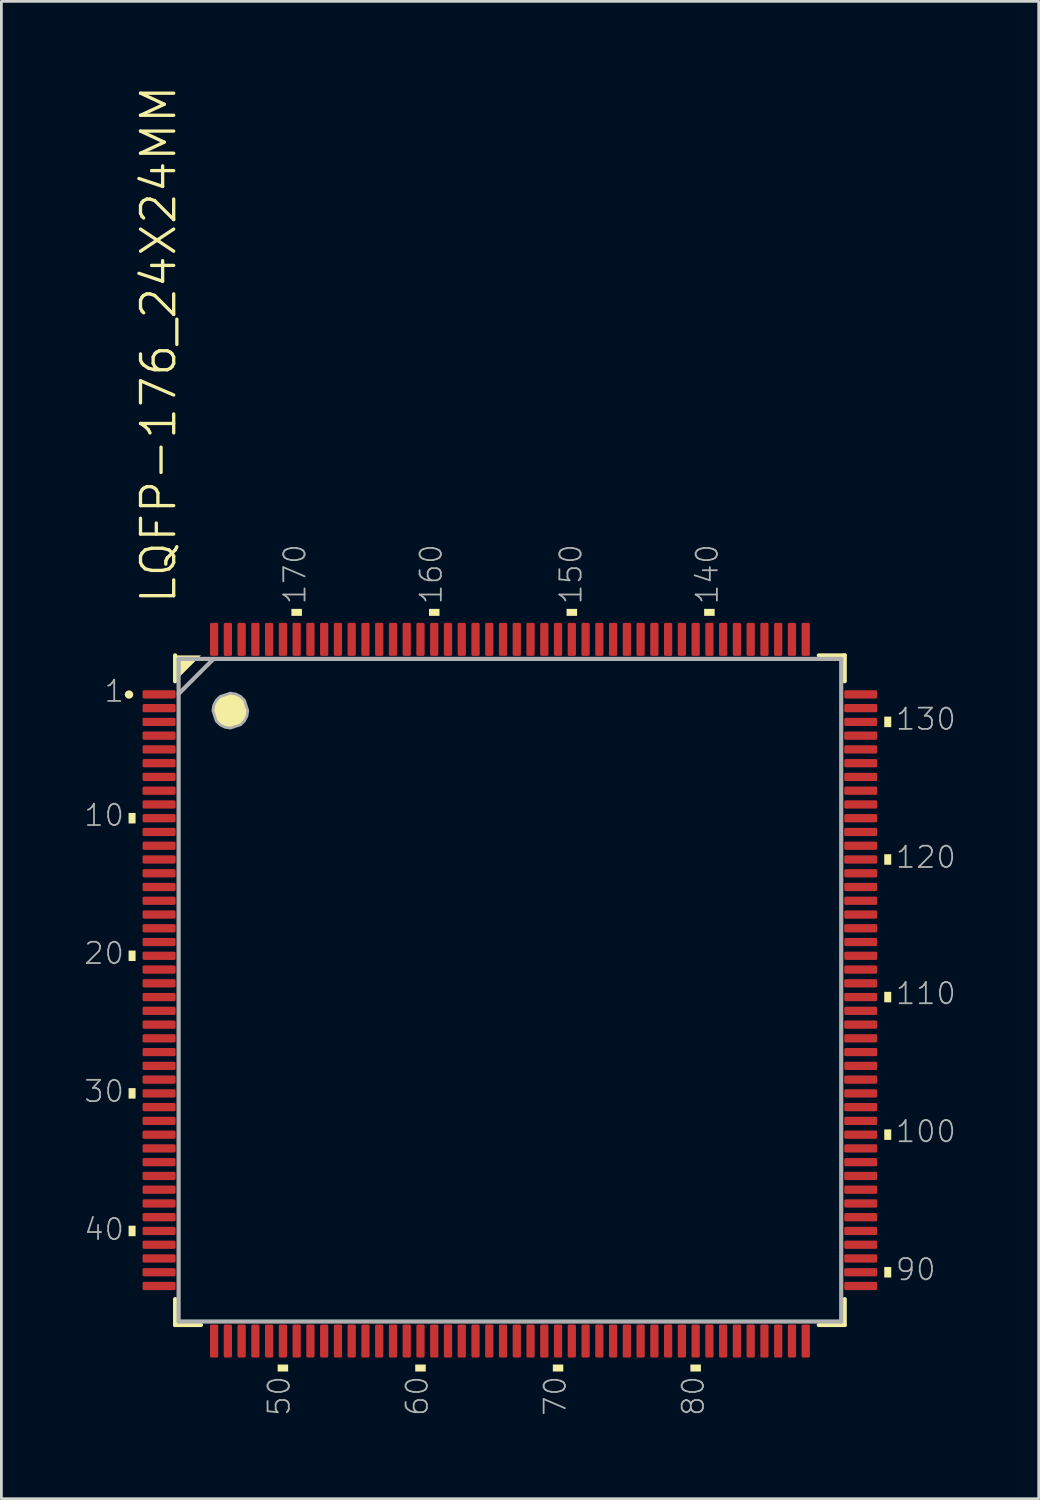
<source format=kicad_pcb>
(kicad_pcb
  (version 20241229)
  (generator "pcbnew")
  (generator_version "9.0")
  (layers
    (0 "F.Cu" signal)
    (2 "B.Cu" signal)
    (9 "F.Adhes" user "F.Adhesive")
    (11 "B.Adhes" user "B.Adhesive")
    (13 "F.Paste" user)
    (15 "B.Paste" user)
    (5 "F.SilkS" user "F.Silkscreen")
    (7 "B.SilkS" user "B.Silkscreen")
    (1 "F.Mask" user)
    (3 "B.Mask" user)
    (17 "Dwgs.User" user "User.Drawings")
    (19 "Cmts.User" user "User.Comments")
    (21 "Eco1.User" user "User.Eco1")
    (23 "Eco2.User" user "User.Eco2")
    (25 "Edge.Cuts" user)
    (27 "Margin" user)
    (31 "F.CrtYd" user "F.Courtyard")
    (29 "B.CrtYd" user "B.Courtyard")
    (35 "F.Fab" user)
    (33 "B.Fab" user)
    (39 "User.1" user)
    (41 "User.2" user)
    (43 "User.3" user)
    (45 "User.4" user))
  (footprint "LQFP-176_24X24MM"
    (layer "F.Cu")
    (at 15.481 32.935)
    (property "Reference" "LQFP-176_24X24MM" (at -12.065 -13.97 90) (layer "F.SilkS") (effects (font (size 1.206 1.206) (thickness 0.121)) (justify left bottom)))
    (attr through_hole)
    (fp_line (start -12.167 -12.167) (end -12.167 -11.227) (stroke (width 0.152) (type solid)) (layer "F.SilkS"))
    (fp_line (start -12.167 11.227) (end -12.167 12.167) (stroke (width 0.152) (type solid)) (layer "F.SilkS"))
    (fp_line (start -12.167 12.167) (end -11.227 12.167) (stroke (width 0.152) (type solid)) (layer "F.SilkS"))
    (fp_line (start 11.227 12.167) (end 12.167 12.167) (stroke (width 0.152) (type solid)) (layer "F.SilkS"))
    (fp_line (start 12.167 -12.167) (end 11.227 -12.167) (stroke (width 0.152) (type solid)) (layer "F.SilkS"))
    (fp_line (start 12.167 -11.227) (end 12.167 -12.167) (stroke (width 0.152) (type solid)) (layer "F.SilkS"))
    (fp_line (start 12.167 12.167) (end 12.167 11.227) (stroke (width 0.152) (type solid)) (layer "F.SilkS"))
    (fp_arc (start -13.9192 -10.7442) (mid -13.843 -10.8204) (end -13.7668 -10.7442) (stroke (width 0.1524) (type solid)) (layer "F.SilkS"))
    (fp_arc (start -13.7668 -10.7442) (mid -13.843 -10.668) (end -13.9192 -10.7442) (stroke (width 0.1524) (type solid)) (layer "F.SilkS"))
    (fp_poly (pts (xy -12.167 -12.167) (xy -11.227 -12.167) (xy -12.167 -11.227)) (stroke (width 0) (type solid)) (fill yes) (layer "F.SilkS"))
    (fp_poly (pts (xy -13.858 -6.441) (xy -13.858 -6.059) (xy -13.604 -6.059) (xy -13.604 -6.441)) (stroke (width 0) (type solid)) (fill yes) (layer "F.SilkS"))
    (fp_poly (pts (xy -13.858 -1.44) (xy -13.858 -1.06) (xy -13.604 -1.06) (xy -13.604 -1.44)) (stroke (width 0) (type solid)) (fill yes) (layer "F.SilkS"))
    (fp_poly (pts (xy -13.858 3.559) (xy -13.858 3.941) (xy -13.604 3.941) (xy -13.604 3.559)) (stroke (width 0) (type solid)) (fill yes) (layer "F.SilkS"))
    (fp_poly (pts (xy -13.858 8.559) (xy -13.858 8.941) (xy -13.604 8.941) (xy -13.604 8.559)) (stroke (width 0) (type solid)) (fill yes) (layer "F.SilkS"))
    (fp_poly (pts (xy -8.441 13.604) (xy -8.441 13.858) (xy -8.059 13.858) (xy -8.059 13.604)) (stroke (width 0) (type solid)) (fill yes) (layer "F.SilkS"))
    (fp_poly (pts (xy -7.941 -13.604) (xy -7.941 -13.858) (xy -7.559 -13.858) (xy -7.559 -13.604)) (stroke (width 0) (type solid)) (fill yes) (layer "F.SilkS"))
    (fp_poly (pts (xy -3.441 13.604) (xy -3.441 13.858) (xy -3.059 13.858) (xy -3.059 13.604)) (stroke (width 0) (type solid)) (fill yes) (layer "F.SilkS"))
    (fp_poly (pts (xy -2.941 -13.604) (xy -2.941 -13.858) (xy -2.559 -13.858) (xy -2.559 -13.604)) (stroke (width 0) (type solid)) (fill yes) (layer "F.SilkS"))
    (fp_poly (pts (xy 1.56 13.604) (xy 1.56 13.858) (xy 1.94 13.858) (xy 1.94 13.604)) (stroke (width 0) (type solid)) (fill yes) (layer "F.SilkS"))
    (fp_poly (pts (xy 2.059 -13.604) (xy 2.059 -13.858) (xy 2.441 -13.858) (xy 2.441 -13.604)) (stroke (width 0) (type solid)) (fill yes) (layer "F.SilkS"))
    (fp_poly (pts (xy 6.559 13.604) (xy 6.559 13.858) (xy 6.941 13.858) (xy 6.941 13.604)) (stroke (width 0) (type solid)) (fill yes) (layer "F.SilkS"))
    (fp_poly (pts (xy 7.059 -13.604) (xy 7.059 -13.858) (xy 7.441 -13.858) (xy 7.441 -13.604)) (stroke (width 0) (type solid)) (fill yes) (layer "F.SilkS"))
    (fp_poly (pts (xy 13.858 -9.941) (xy 13.858 -9.559) (xy 13.604 -9.559) (xy 13.604 -9.941)) (stroke (width 0) (type solid)) (fill yes) (layer "F.SilkS"))
    (fp_poly (pts (xy 13.858 -4.941) (xy 13.858 -4.559) (xy 13.604 -4.559) (xy 13.604 -4.941)) (stroke (width 0) (type solid)) (fill yes) (layer "F.SilkS"))
    (fp_poly (pts (xy 13.858 0.059) (xy 13.858 0.441) (xy 13.604 0.441) (xy 13.604 0.059)) (stroke (width 0) (type solid)) (fill yes) (layer "F.SilkS"))
    (fp_poly (pts (xy 13.858 5.059) (xy 13.858 5.441) (xy 13.604 5.441) (xy 13.604 5.059)) (stroke (width 0) (type solid)) (fill yes) (layer "F.SilkS"))
    (fp_poly (pts (xy 13.858 10.059) (xy 13.858 10.441) (xy 13.604 10.441) (xy 13.604 10.059)) (stroke (width 0) (type solid)) (fill yes) (layer "F.SilkS"))
    (fp_poly (pts (xy -10.16 -10.795) (xy -9.964 -10.764) (xy -9.787 -10.674) (xy -9.646 -10.533) (xy -9.525 -10.16) (xy -9.556 -9.964) (xy -9.646 -9.787) (xy -9.787 -9.646) (xy -10.16 -9.525) (xy -10.356 -9.556) (xy -10.533 -9.646) (xy -10.674 -9.787) (xy -10.795 -10.16) (xy -10.764 -10.356) (xy -10.674 -10.533) (xy -10.533 -10.674)) (stroke (width 0) (type solid)) (fill yes) (layer "F.SilkS"))
    (fp_line (start -12.04 -12.04) (end -12.04 12.04) (stroke (width 0.152) (type solid)) (layer "F.Fab"))
    (fp_line (start -12.04 -10.77) (end -10.77 -12.04) (stroke (width 0.152) (type solid)) (layer "F.Fab"))
    (fp_line (start -12.04 12.04) (end 12.04 12.04) (stroke (width 0.152) (type solid)) (layer "F.Fab"))
    (fp_line (start 12.04 -12.04) (end -12.04 -12.04) (stroke (width 0.152) (type solid)) (layer "F.Fab"))
    (fp_line (start 12.04 12.04) (end 12.04 -12.04) (stroke (width 0.152) (type solid)) (layer "F.Fab"))
    (fp_poly (pts (xy -10.16 -10.795) (xy -9.964 -10.764) (xy -9.787 -10.674) (xy -9.646 -10.533) (xy -9.525 -10.16) (xy -9.556 -9.964) (xy -9.646 -9.787) (xy -9.787 -9.646) (xy -10.16 -9.525) (xy -10.356 -9.556) (xy -10.533 -9.646) (xy -10.674 -9.787) (xy -10.795 -10.16) (xy -10.764 -10.356) (xy -10.674 -10.533) (xy -10.533 -10.674)) (stroke (width 0.1) (type solid)) (fill no) (layer "F.Fab"))
    (fp_text user "70" (at 2.095 13.97 90) (layer "F.Fab") (effects (font (size 0.772 0.772) (thickness 0.065)) (justify right bottom)))
    (fp_text user "1" (at -13.97 -10.414 0) (layer "F.Fab") (effects (font (size 0.772 0.772) (thickness 0.065)) (justify right bottom)))
    (fp_text user "10" (at -13.97 -5.905 0) (layer "F.Fab") (effects (font (size 0.772 0.772) (thickness 0.065)) (justify right bottom)))
    (fp_text user "130" (at 13.97 -9.398 0) (layer "F.Fab") (effects (font (size 0.772 0.772) (thickness 0.065)) (justify left bottom)))
    (fp_text user "170" (at -7.366 -13.97 90) (layer "F.Fab") (effects (font (size 0.772 0.772) (thickness 0.065)) (justify left bottom)))
    (fp_text user "40" (at -13.97 9.144 0) (layer "F.Fab") (effects (font (size 0.772 0.772) (thickness 0.065)) (justify right bottom)))
    (fp_text user "150" (at 2.667 -13.97 90) (layer "F.Fab") (effects (font (size 0.772 0.772) (thickness 0.065)) (justify left bottom)))
    (fp_text user "60" (at -2.921 13.97 90) (layer "F.Fab") (effects (font (size 0.772 0.772) (thickness 0.065)) (justify right bottom)))
    (fp_text user "20" (at -13.97 -0.889 0) (layer "F.Fab") (effects (font (size 0.772 0.772) (thickness 0.065)) (justify right bottom)))
    (fp_text user "140" (at 7.62 -13.97 90) (layer "F.Fab") (effects (font (size 0.772 0.772) (thickness 0.065)) (justify left bottom)))
    (fp_text user "160" (at -2.413 -13.97 90) (layer "F.Fab") (effects (font (size 0.772 0.772) (thickness 0.065)) (justify left bottom)))
    (fp_text user "100" (at 13.97 5.588 0) (layer "F.Fab") (effects (font (size 0.772 0.772) (thickness 0.065)) (justify left bottom)))
    (fp_text user "110" (at 13.97 0.572 0) (layer "F.Fab") (effects (font (size 0.772 0.772) (thickness 0.065)) (justify left bottom)))
    (fp_text user "80" (at 7.112 13.97 90) (layer "F.Fab") (effects (font (size 0.772 0.772) (thickness 0.065)) (justify right bottom)))
    (fp_text user "30" (at -13.97 4.128 0) (layer "F.Fab") (effects (font (size 0.772 0.772) (thickness 0.065)) (justify right bottom)))
    (fp_text user "50" (at -7.938 13.97 90) (layer "F.Fab") (effects (font (size 0.772 0.772) (thickness 0.065)) (justify right bottom)))
    (fp_text user "90" (at 13.97 10.604 0) (layer "F.Fab") (effects (font (size 0.772 0.772) (thickness 0.065)) (justify left bottom)))
    (fp_text user "120" (at 13.97 -4.381 0) (layer "F.Fab") (effects (font (size 0.772 0.772) (thickness 0.065)) (justify left bottom)))
    (pad "1" smd roundrect (at -12.75 -10.75) (size 1.2 0.3) (layers "F.Cu" "F.Mask" "F.Paste") (roundrect_rratio 0.169))
    (pad "2" smd roundrect (at -12.75 -10.25) (size 1.2 0.3) (layers "F.Cu" "F.Mask" "F.Paste") (roundrect_rratio 0.169))
    (pad "3" smd roundrect (at -12.75 -9.75) (size 1.2 0.3) (layers "F.Cu" "F.Mask" "F.Paste") (roundrect_rratio 0.169))
    (pad "4" smd roundrect (at -12.75 -9.25) (size 1.2 0.3) (layers "F.Cu" "F.Mask" "F.Paste") (roundrect_rratio 0.169))
    (pad "5" smd roundrect (at -12.75 -8.75) (size 1.2 0.3) (layers "F.Cu" "F.Mask" "F.Paste") (roundrect_rratio 0.169))
    (pad "6" smd roundrect (at -12.75 -8.25) (size 1.2 0.3) (layers "F.Cu" "F.Mask" "F.Paste") (roundrect_rratio 0.169))
    (pad "7" smd roundrect (at -12.75 -7.75) (size 1.2 0.3) (layers "F.Cu" "F.Mask" "F.Paste") (roundrect_rratio 0.169))
    (pad "8" smd roundrect (at -12.75 -7.25) (size 1.2 0.3) (layers "F.Cu" "F.Mask" "F.Paste") (roundrect_rratio 0.169))
    (pad "9" smd roundrect (at -12.75 -6.75) (size 1.2 0.3) (layers "F.Cu" "F.Mask" "F.Paste") (roundrect_rratio 0.169))
    (pad "10" smd roundrect (at -12.75 -6.25) (size 1.2 0.3) (layers "F.Cu" "F.Mask" "F.Paste") (roundrect_rratio 0.169))
    (pad "11" smd roundrect (at -12.75 -5.75) (size 1.2 0.3) (layers "F.Cu" "F.Mask" "F.Paste") (roundrect_rratio 0.169))
    (pad "12" smd roundrect (at -12.75 -5.25) (size 1.2 0.3) (layers "F.Cu" "F.Mask" "F.Paste") (roundrect_rratio 0.169))
    (pad "13" smd roundrect (at -12.75 -4.75) (size 1.2 0.3) (layers "F.Cu" "F.Mask" "F.Paste") (roundrect_rratio 0.169))
    (pad "14" smd roundrect (at -12.75 -4.25) (size 1.2 0.3) (layers "F.Cu" "F.Mask" "F.Paste") (roundrect_rratio 0.169))
    (pad "15" smd roundrect (at -12.75 -3.75) (size 1.2 0.3) (layers "F.Cu" "F.Mask" "F.Paste") (roundrect_rratio 0.169))
    (pad "16" smd roundrect (at -12.75 -3.25) (size 1.2 0.3) (layers "F.Cu" "F.Mask" "F.Paste") (roundrect_rratio 0.169))
    (pad "17" smd roundrect (at -12.75 -2.75) (size 1.2 0.3) (layers "F.Cu" "F.Mask" "F.Paste") (roundrect_rratio 0.169))
    (pad "18" smd roundrect (at -12.75 -2.25) (size 1.2 0.3) (layers "F.Cu" "F.Mask" "F.Paste") (roundrect_rratio 0.169))
    (pad "19" smd roundrect (at -12.75 -1.75) (size 1.2 0.3) (layers "F.Cu" "F.Mask" "F.Paste") (roundrect_rratio 0.169))
    (pad "20" smd roundrect (at -12.75 -1.25) (size 1.2 0.3) (layers "F.Cu" "F.Mask" "F.Paste") (roundrect_rratio 0.169))
    (pad "21" smd roundrect (at -12.75 -0.75) (size 1.2 0.3) (layers "F.Cu" "F.Mask" "F.Paste") (roundrect_rratio 0.169))
    (pad "22" smd roundrect (at -12.75 -0.25) (size 1.2 0.3) (layers "F.Cu" "F.Mask" "F.Paste") (roundrect_rratio 0.169))
    (pad "23" smd roundrect (at -12.75 0.25) (size 1.2 0.3) (layers "F.Cu" "F.Mask" "F.Paste") (roundrect_rratio 0.169))
    (pad "24" smd roundrect (at -12.75 0.75) (size 1.2 0.3) (layers "F.Cu" "F.Mask" "F.Paste") (roundrect_rratio 0.169))
    (pad "25" smd roundrect (at -12.75 1.25) (size 1.2 0.3) (layers "F.Cu" "F.Mask" "F.Paste") (roundrect_rratio 0.169))
    (pad "26" smd roundrect (at -12.75 1.75) (size 1.2 0.3) (layers "F.Cu" "F.Mask" "F.Paste") (roundrect_rratio 0.169))
    (pad "27" smd roundrect (at -12.75 2.25) (size 1.2 0.3) (layers "F.Cu" "F.Mask" "F.Paste") (roundrect_rratio 0.169))
    (pad "28" smd roundrect (at -12.75 2.75) (size 1.2 0.3) (layers "F.Cu" "F.Mask" "F.Paste") (roundrect_rratio 0.169))
    (pad "29" smd roundrect (at -12.75 3.25) (size 1.2 0.3) (layers "F.Cu" "F.Mask" "F.Paste") (roundrect_rratio 0.169))
    (pad "30" smd roundrect (at -12.75 3.75) (size 1.2 0.3) (layers "F.Cu" "F.Mask" "F.Paste") (roundrect_rratio 0.169))
    (pad "31" smd roundrect (at -12.75 4.25) (size 1.2 0.3) (layers "F.Cu" "F.Mask" "F.Paste") (roundrect_rratio 0.169))
    (pad "32" smd roundrect (at -12.75 4.75) (size 1.2 0.3) (layers "F.Cu" "F.Mask" "F.Paste") (roundrect_rratio 0.169))
    (pad "33" smd roundrect (at -12.75 5.25) (size 1.2 0.3) (layers "F.Cu" "F.Mask" "F.Paste") (roundrect_rratio 0.169))
    (pad "34" smd roundrect (at -12.75 5.75) (size 1.2 0.3) (layers "F.Cu" "F.Mask" "F.Paste") (roundrect_rratio 0.169))
    (pad "35" smd roundrect (at -12.75 6.25) (size 1.2 0.3) (layers "F.Cu" "F.Mask" "F.Paste") (roundrect_rratio 0.169))
    (pad "36" smd roundrect (at -12.75 6.75) (size 1.2 0.3) (layers "F.Cu" "F.Mask" "F.Paste") (roundrect_rratio 0.169))
    (pad "37" smd roundrect (at -12.75 7.25) (size 1.2 0.3) (layers "F.Cu" "F.Mask" "F.Paste") (roundrect_rratio 0.169))
    (pad "38" smd roundrect (at -12.75 7.75) (size 1.2 0.3) (layers "F.Cu" "F.Mask" "F.Paste") (roundrect_rratio 0.169))
    (pad "39" smd roundrect (at -12.75 8.25) (size 1.2 0.3) (layers "F.Cu" "F.Mask" "F.Paste") (roundrect_rratio 0.169))
    (pad "40" smd roundrect (at -12.75 8.75) (size 1.2 0.3) (layers "F.Cu" "F.Mask" "F.Paste") (roundrect_rratio 0.169))
    (pad "41" smd roundrect (at -12.75 9.25) (size 1.2 0.3) (layers "F.Cu" "F.Mask" "F.Paste") (roundrect_rratio 0.169))
    (pad "42" smd roundrect (at -12.75 9.75) (size 1.2 0.3) (layers "F.Cu" "F.Mask" "F.Paste") (roundrect_rratio 0.169))
    (pad "43" smd roundrect (at -12.75 10.25) (size 1.2 0.3) (layers "F.Cu" "F.Mask" "F.Paste") (roundrect_rratio 0.169))
    (pad "44" smd roundrect (at -12.75 10.75) (size 1.2 0.3) (layers "F.Cu" "F.Mask" "F.Paste") (roundrect_rratio 0.169))
    (pad "45" smd roundrect (at -10.75 12.75 90) (size 1.2 0.3) (layers "F.Cu" "F.Mask" "F.Paste") (roundrect_rratio 0.169))
    (pad "46" smd roundrect (at -10.25 12.75 90) (size 1.2 0.3) (layers "F.Cu" "F.Mask" "F.Paste") (roundrect_rratio 0.169))
    (pad "47" smd roundrect (at -9.75 12.75 90) (size 1.2 0.3) (layers "F.Cu" "F.Mask" "F.Paste") (roundrect_rratio 0.169))
    (pad "48" smd roundrect (at -9.25 12.75 90) (size 1.2 0.3) (layers "F.Cu" "F.Mask" "F.Paste") (roundrect_rratio 0.169))
    (pad "49" smd roundrect (at -8.75 12.75 90) (size 1.2 0.3) (layers "F.Cu" "F.Mask" "F.Paste") (roundrect_rratio 0.169))
    (pad "50" smd roundrect (at -8.25 12.75 90) (size 1.2 0.3) (layers "F.Cu" "F.Mask" "F.Paste") (roundrect_rratio 0.169))
    (pad "51" smd roundrect (at -7.75 12.75 90) (size 1.2 0.3) (layers "F.Cu" "F.Mask" "F.Paste") (roundrect_rratio 0.169))
    (pad "52" smd roundrect (at -7.25 12.75 90) (size 1.2 0.3) (layers "F.Cu" "F.Mask" "F.Paste") (roundrect_rratio 0.169))
    (pad "53" smd roundrect (at -6.75 12.75 90) (size 1.2 0.3) (layers "F.Cu" "F.Mask" "F.Paste") (roundrect_rratio 0.169))
    (pad "54" smd roundrect (at -6.25 12.75 90) (size 1.2 0.3) (layers "F.Cu" "F.Mask" "F.Paste") (roundrect_rratio 0.169))
    (pad "55" smd roundrect (at -5.75 12.75 90) (size 1.2 0.3) (layers "F.Cu" "F.Mask" "F.Paste") (roundrect_rratio 0.169))
    (pad "56" smd roundrect (at -5.25 12.75 90) (size 1.2 0.3) (layers "F.Cu" "F.Mask" "F.Paste") (roundrect_rratio 0.169))
    (pad "57" smd roundrect (at -4.75 12.75 90) (size 1.2 0.3) (layers "F.Cu" "F.Mask" "F.Paste") (roundrect_rratio 0.169))
    (pad "58" smd roundrect (at -4.25 12.75 90) (size 1.2 0.3) (layers "F.Cu" "F.Mask" "F.Paste") (roundrect_rratio 0.169))
    (pad "59" smd roundrect (at -3.75 12.75 90) (size 1.2 0.3) (layers "F.Cu" "F.Mask" "F.Paste") (roundrect_rratio 0.169))
    (pad "60" smd roundrect (at -3.25 12.75 90) (size 1.2 0.3) (layers "F.Cu" "F.Mask" "F.Paste") (roundrect_rratio 0.169))
    (pad "61" smd roundrect (at -2.75 12.75 90) (size 1.2 0.3) (layers "F.Cu" "F.Mask" "F.Paste") (roundrect_rratio 0.169))
    (pad "62" smd roundrect (at -2.25 12.75 90) (size 1.2 0.3) (layers "F.Cu" "F.Mask" "F.Paste") (roundrect_rratio 0.169))
    (pad "63" smd roundrect (at -1.75 12.75 90) (size 1.2 0.3) (layers "F.Cu" "F.Mask" "F.Paste") (roundrect_rratio 0.169))
    (pad "64" smd roundrect (at -1.25 12.75 90) (size 1.2 0.3) (layers "F.Cu" "F.Mask" "F.Paste") (roundrect_rratio 0.169))
    (pad "65" smd roundrect (at -0.75 12.75 90) (size 1.2 0.3) (layers "F.Cu" "F.Mask" "F.Paste") (roundrect_rratio 0.169))
    (pad "66" smd roundrect (at -0.25 12.75 90) (size 1.2 0.3) (layers "F.Cu" "F.Mask" "F.Paste") (roundrect_rratio 0.169))
    (pad "67" smd roundrect (at 0.25 12.75 90) (size 1.2 0.3) (layers "F.Cu" "F.Mask" "F.Paste") (roundrect_rratio 0.169))
    (pad "68" smd roundrect (at 0.75 12.75 90) (size 1.2 0.3) (layers "F.Cu" "F.Mask" "F.Paste") (roundrect_rratio 0.169))
    (pad "69" smd roundrect (at 1.25 12.75 90) (size 1.2 0.3) (layers "F.Cu" "F.Mask" "F.Paste") (roundrect_rratio 0.169))
    (pad "70" smd roundrect (at 1.75 12.75 90) (size 1.2 0.3) (layers "F.Cu" "F.Mask" "F.Paste") (roundrect_rratio 0.169))
    (pad "71" smd roundrect (at 2.25 12.75 90) (size 1.2 0.3) (layers "F.Cu" "F.Mask" "F.Paste") (roundrect_rratio 0.169))
    (pad "72" smd roundrect (at 2.75 12.75 90) (size 1.2 0.3) (layers "F.Cu" "F.Mask" "F.Paste") (roundrect_rratio 0.169))
    (pad "73" smd roundrect (at 3.25 12.75 90) (size 1.2 0.3) (layers "F.Cu" "F.Mask" "F.Paste") (roundrect_rratio 0.169))
    (pad "74" smd roundrect (at 3.75 12.75 90) (size 1.2 0.3) (layers "F.Cu" "F.Mask" "F.Paste") (roundrect_rratio 0.169))
    (pad "75" smd roundrect (at 4.25 12.75 90) (size 1.2 0.3) (layers "F.Cu" "F.Mask" "F.Paste") (roundrect_rratio 0.169))
    (pad "76" smd roundrect (at 4.75 12.75 90) (size 1.2 0.3) (layers "F.Cu" "F.Mask" "F.Paste") (roundrect_rratio 0.169))
    (pad "77" smd roundrect (at 5.25 12.75 90) (size 1.2 0.3) (layers "F.Cu" "F.Mask" "F.Paste") (roundrect_rratio 0.169))
    (pad "78" smd roundrect (at 5.75 12.75 90) (size 1.2 0.3) (layers "F.Cu" "F.Mask" "F.Paste") (roundrect_rratio 0.169))
    (pad "79" smd roundrect (at 6.25 12.75 90) (size 1.2 0.3) (layers "F.Cu" "F.Mask" "F.Paste") (roundrect_rratio 0.169))
    (pad "80" smd roundrect (at 6.75 12.75 90) (size 1.2 0.3) (layers "F.Cu" "F.Mask" "F.Paste") (roundrect_rratio 0.169))
    (pad "81" smd roundrect (at 7.25 12.75 90) (size 1.2 0.3) (layers "F.Cu" "F.Mask" "F.Paste") (roundrect_rratio 0.169))
    (pad "82" smd roundrect (at 7.75 12.75 90) (size 1.2 0.3) (layers "F.Cu" "F.Mask" "F.Paste") (roundrect_rratio 0.169))
    (pad "83" smd roundrect (at 8.25 12.75 90) (size 1.2 0.3) (layers "F.Cu" "F.Mask" "F.Paste") (roundrect_rratio 0.169))
    (pad "84" smd roundrect (at 8.75 12.75 90) (size 1.2 0.3) (layers "F.Cu" "F.Mask" "F.Paste") (roundrect_rratio 0.169))
    (pad "85" smd roundrect (at 9.25 12.75 90) (size 1.2 0.3) (layers "F.Cu" "F.Mask" "F.Paste") (roundrect_rratio 0.169))
    (pad "86" smd roundrect (at 9.75 12.75 90) (size 1.2 0.3) (layers "F.Cu" "F.Mask" "F.Paste") (roundrect_rratio 0.169))
    (pad "87" smd roundrect (at 10.25 12.75 90) (size 1.2 0.3) (layers "F.Cu" "F.Mask" "F.Paste") (roundrect_rratio 0.169))
    (pad "88" smd roundrect (at 10.75 12.75 90) (size 1.2 0.3) (layers "F.Cu" "F.Mask" "F.Paste") (roundrect_rratio 0.169))
    (pad "89" smd roundrect (at 12.75 10.75 180) (size 1.2 0.3) (layers "F.Cu" "F.Mask" "F.Paste") (roundrect_rratio 0.169))
    (pad "90" smd roundrect (at 12.75 10.25 180) (size 1.2 0.3) (layers "F.Cu" "F.Mask" "F.Paste") (roundrect_rratio 0.169))
    (pad "91" smd roundrect (at 12.75 9.75 180) (size 1.2 0.3) (layers "F.Cu" "F.Mask" "F.Paste") (roundrect_rratio 0.169))
    (pad "92" smd roundrect (at 12.75 9.25 180) (size 1.2 0.3) (layers "F.Cu" "F.Mask" "F.Paste") (roundrect_rratio 0.169))
    (pad "93" smd roundrect (at 12.75 8.75 180) (size 1.2 0.3) (layers "F.Cu" "F.Mask" "F.Paste") (roundrect_rratio 0.169))
    (pad "94" smd roundrect (at 12.75 8.25 180) (size 1.2 0.3) (layers "F.Cu" "F.Mask" "F.Paste") (roundrect_rratio 0.169))
    (pad "95" smd roundrect (at 12.75 7.75 180) (size 1.2 0.3) (layers "F.Cu" "F.Mask" "F.Paste") (roundrect_rratio 0.169))
    (pad "96" smd roundrect (at 12.75 7.25 180) (size 1.2 0.3) (layers "F.Cu" "F.Mask" "F.Paste") (roundrect_rratio 0.169))
    (pad "97" smd roundrect (at 12.75 6.75 180) (size 1.2 0.3) (layers "F.Cu" "F.Mask" "F.Paste") (roundrect_rratio 0.169))
    (pad "98" smd roundrect (at 12.75 6.25 180) (size 1.2 0.3) (layers "F.Cu" "F.Mask" "F.Paste") (roundrect_rratio 0.169))
    (pad "99" smd roundrect (at 12.75 5.75 180) (size 1.2 0.3) (layers "F.Cu" "F.Mask" "F.Paste") (roundrect_rratio 0.169))
    (pad "100" smd roundrect (at 12.75 5.25 180) (size 1.2 0.3) (layers "F.Cu" "F.Mask" "F.Paste") (roundrect_rratio 0.169))
    (pad "101" smd roundrect (at 12.75 4.75 180) (size 1.2 0.3) (layers "F.Cu" "F.Mask" "F.Paste") (roundrect_rratio 0.169))
    (pad "102" smd roundrect (at 12.75 4.25 180) (size 1.2 0.3) (layers "F.Cu" "F.Mask" "F.Paste") (roundrect_rratio 0.169))
    (pad "103" smd roundrect (at 12.75 3.75 180) (size 1.2 0.3) (layers "F.Cu" "F.Mask" "F.Paste") (roundrect_rratio 0.169))
    (pad "104" smd roundrect (at 12.75 3.25 180) (size 1.2 0.3) (layers "F.Cu" "F.Mask" "F.Paste") (roundrect_rratio 0.169))
    (pad "105" smd roundrect (at 12.75 2.75 180) (size 1.2 0.3) (layers "F.Cu" "F.Mask" "F.Paste") (roundrect_rratio 0.169))
    (pad "106" smd roundrect (at 12.75 2.25 180) (size 1.2 0.3) (layers "F.Cu" "F.Mask" "F.Paste") (roundrect_rratio 0.169))
    (pad "107" smd roundrect (at 12.75 1.75 180) (size 1.2 0.3) (layers "F.Cu" "F.Mask" "F.Paste") (roundrect_rratio 0.169))
    (pad "108" smd roundrect (at 12.75 1.25 180) (size 1.2 0.3) (layers "F.Cu" "F.Mask" "F.Paste") (roundrect_rratio 0.169))
    (pad "109" smd roundrect (at 12.75 0.75 180) (size 1.2 0.3) (layers "F.Cu" "F.Mask" "F.Paste") (roundrect_rratio 0.169))
    (pad "110" smd roundrect (at 12.75 0.25 180) (size 1.2 0.3) (layers "F.Cu" "F.Mask" "F.Paste") (roundrect_rratio 0.169))
    (pad "111" smd roundrect (at 12.75 -0.25 180) (size 1.2 0.3) (layers "F.Cu" "F.Mask" "F.Paste") (roundrect_rratio 0.169))
    (pad "112" smd roundrect (at 12.75 -0.75 180) (size 1.2 0.3) (layers "F.Cu" "F.Mask" "F.Paste") (roundrect_rratio 0.169))
    (pad "113" smd roundrect (at 12.75 -1.25 180) (size 1.2 0.3) (layers "F.Cu" "F.Mask" "F.Paste") (roundrect_rratio 0.169))
    (pad "114" smd roundrect (at 12.75 -1.75 180) (size 1.2 0.3) (layers "F.Cu" "F.Mask" "F.Paste") (roundrect_rratio 0.169))
    (pad "115" smd roundrect (at 12.75 -2.25 180) (size 1.2 0.3) (layers "F.Cu" "F.Mask" "F.Paste") (roundrect_rratio 0.169))
    (pad "116" smd roundrect (at 12.75 -2.75 180) (size 1.2 0.3) (layers "F.Cu" "F.Mask" "F.Paste") (roundrect_rratio 0.169))
    (pad "117" smd roundrect (at 12.75 -3.25 180) (size 1.2 0.3) (layers "F.Cu" "F.Mask" "F.Paste") (roundrect_rratio 0.169))
    (pad "118" smd roundrect (at 12.75 -3.75 180) (size 1.2 0.3) (layers "F.Cu" "F.Mask" "F.Paste") (roundrect_rratio 0.169))
    (pad "119" smd roundrect (at 12.75 -4.25 180) (size 1.2 0.3) (layers "F.Cu" "F.Mask" "F.Paste") (roundrect_rratio 0.169))
    (pad "120" smd roundrect (at 12.75 -4.75 180) (size 1.2 0.3) (layers "F.Cu" "F.Mask" "F.Paste") (roundrect_rratio 0.169))
    (pad "121" smd roundrect (at 12.75 -5.25 180) (size 1.2 0.3) (layers "F.Cu" "F.Mask" "F.Paste") (roundrect_rratio 0.169))
    (pad "122" smd roundrect (at 12.75 -5.75 180) (size 1.2 0.3) (layers "F.Cu" "F.Mask" "F.Paste") (roundrect_rratio 0.169))
    (pad "123" smd roundrect (at 12.75 -6.25 180) (size 1.2 0.3) (layers "F.Cu" "F.Mask" "F.Paste") (roundrect_rratio 0.169))
    (pad "124" smd roundrect (at 12.75 -6.75 180) (size 1.2 0.3) (layers "F.Cu" "F.Mask" "F.Paste") (roundrect_rratio 0.169))
    (pad "125" smd roundrect (at 12.75 -7.25 180) (size 1.2 0.3) (layers "F.Cu" "F.Mask" "F.Paste") (roundrect_rratio 0.169))
    (pad "126" smd roundrect (at 12.75 -7.75 180) (size 1.2 0.3) (layers "F.Cu" "F.Mask" "F.Paste") (roundrect_rratio 0.169))
    (pad "127" smd roundrect (at 12.75 -8.25 180) (size 1.2 0.3) (layers "F.Cu" "F.Mask" "F.Paste") (roundrect_rratio 0.169))
    (pad "128" smd roundrect (at 12.75 -8.75 180) (size 1.2 0.3) (layers "F.Cu" "F.Mask" "F.Paste") (roundrect_rratio 0.169))
    (pad "129" smd roundrect (at 12.75 -9.25 180) (size 1.2 0.3) (layers "F.Cu" "F.Mask" "F.Paste") (roundrect_rratio 0.169))
    (pad "130" smd roundrect (at 12.75 -9.75 180) (size 1.2 0.3) (layers "F.Cu" "F.Mask" "F.Paste") (roundrect_rratio 0.169))
    (pad "131" smd roundrect (at 12.75 -10.25 180) (size 1.2 0.3) (layers "F.Cu" "F.Mask" "F.Paste") (roundrect_rratio 0.169))
    (pad "132" smd roundrect (at 12.75 -10.75 180) (size 1.2 0.3) (layers "F.Cu" "F.Mask" "F.Paste") (roundrect_rratio 0.169))
    (pad "133" smd roundrect (at 10.75 -12.75 270) (size 1.2 0.3) (layers "F.Cu" "F.Mask" "F.Paste") (roundrect_rratio 0.169))
    (pad "134" smd roundrect (at 10.25 -12.75 270) (size 1.2 0.3) (layers "F.Cu" "F.Mask" "F.Paste") (roundrect_rratio 0.169))
    (pad "135" smd roundrect (at 9.75 -12.75 270) (size 1.2 0.3) (layers "F.Cu" "F.Mask" "F.Paste") (roundrect_rratio 0.169))
    (pad "136" smd roundrect (at 9.25 -12.75 270) (size 1.2 0.3) (layers "F.Cu" "F.Mask" "F.Paste") (roundrect_rratio 0.169))
    (pad "137" smd roundrect (at 8.75 -12.75 270) (size 1.2 0.3) (layers "F.Cu" "F.Mask" "F.Paste") (roundrect_rratio 0.169))
    (pad "138" smd roundrect (at 8.25 -12.75 270) (size 1.2 0.3) (layers "F.Cu" "F.Mask" "F.Paste") (roundrect_rratio 0.169))
    (pad "139" smd roundrect (at 7.75 -12.75 270) (size 1.2 0.3) (layers "F.Cu" "F.Mask" "F.Paste") (roundrect_rratio 0.169))
    (pad "140" smd roundrect (at 7.25 -12.75 270) (size 1.2 0.3) (layers "F.Cu" "F.Mask" "F.Paste") (roundrect_rratio 0.169))
    (pad "141" smd roundrect (at 6.75 -12.75 270) (size 1.2 0.3) (layers "F.Cu" "F.Mask" "F.Paste") (roundrect_rratio 0.169))
    (pad "142" smd roundrect (at 6.25 -12.75 270) (size 1.2 0.3) (layers "F.Cu" "F.Mask" "F.Paste") (roundrect_rratio 0.169))
    (pad "143" smd roundrect (at 5.75 -12.75 270) (size 1.2 0.3) (layers "F.Cu" "F.Mask" "F.Paste") (roundrect_rratio 0.169))
    (pad "144" smd roundrect (at 5.25 -12.75 270) (size 1.2 0.3) (layers "F.Cu" "F.Mask" "F.Paste") (roundrect_rratio 0.169))
    (pad "145" smd roundrect (at 4.75 -12.75 270) (size 1.2 0.3) (layers "F.Cu" "F.Mask" "F.Paste") (roundrect_rratio 0.169))
    (pad "146" smd roundrect (at 4.25 -12.75 270) (size 1.2 0.3) (layers "F.Cu" "F.Mask" "F.Paste") (roundrect_rratio 0.169))
    (pad "147" smd roundrect (at 3.75 -12.75 270) (size 1.2 0.3) (layers "F.Cu" "F.Mask" "F.Paste") (roundrect_rratio 0.169))
    (pad "148" smd roundrect (at 3.25 -12.75 270) (size 1.2 0.3) (layers "F.Cu" "F.Mask" "F.Paste") (roundrect_rratio 0.169))
    (pad "149" smd roundrect (at 2.75 -12.75 270) (size 1.2 0.3) (layers "F.Cu" "F.Mask" "F.Paste") (roundrect_rratio 0.169))
    (pad "150" smd roundrect (at 2.25 -12.75 270) (size 1.2 0.3) (layers "F.Cu" "F.Mask" "F.Paste") (roundrect_rratio 0.169))
    (pad "151" smd roundrect (at 1.75 -12.75 270) (size 1.2 0.3) (layers "F.Cu" "F.Mask" "F.Paste") (roundrect_rratio 0.169))
    (pad "152" smd roundrect (at 1.25 -12.75 270) (size 1.2 0.3) (layers "F.Cu" "F.Mask" "F.Paste") (roundrect_rratio 0.169))
    (pad "153" smd roundrect (at 0.75 -12.75 270) (size 1.2 0.3) (layers "F.Cu" "F.Mask" "F.Paste") (roundrect_rratio 0.169))
    (pad "154" smd roundrect (at 0.25 -12.75 270) (size 1.2 0.3) (layers "F.Cu" "F.Mask" "F.Paste") (roundrect_rratio 0.169))
    (pad "155" smd roundrect (at -0.25 -12.75 270) (size 1.2 0.3) (layers "F.Cu" "F.Mask" "F.Paste") (roundrect_rratio 0.169))
    (pad "156" smd roundrect (at -0.75 -12.75 270) (size 1.2 0.3) (layers "F.Cu" "F.Mask" "F.Paste") (roundrect_rratio 0.169))
    (pad "157" smd roundrect (at -1.25 -12.75 270) (size 1.2 0.3) (layers "F.Cu" "F.Mask" "F.Paste") (roundrect_rratio 0.169))
    (pad "158" smd roundrect (at -1.75 -12.75 270) (size 1.2 0.3) (layers "F.Cu" "F.Mask" "F.Paste") (roundrect_rratio 0.169))
    (pad "159" smd roundrect (at -2.25 -12.75 270) (size 1.2 0.3) (layers "F.Cu" "F.Mask" "F.Paste") (roundrect_rratio 0.169))
    (pad "160" smd roundrect (at -2.75 -12.75 270) (size 1.2 0.3) (layers "F.Cu" "F.Mask" "F.Paste") (roundrect_rratio 0.169))
    (pad "161" smd roundrect (at -3.25 -12.75 270) (size 1.2 0.3) (layers "F.Cu" "F.Mask" "F.Paste") (roundrect_rratio 0.169))
    (pad "162" smd roundrect (at -3.75 -12.75 270) (size 1.2 0.3) (layers "F.Cu" "F.Mask" "F.Paste") (roundrect_rratio 0.169))
    (pad "163" smd roundrect (at -4.25 -12.75 270) (size 1.2 0.3) (layers "F.Cu" "F.Mask" "F.Paste") (roundrect_rratio 0.169))
    (pad "164" smd roundrect (at -4.75 -12.75 270) (size 1.2 0.3) (layers "F.Cu" "F.Mask" "F.Paste") (roundrect_rratio 0.169))
    (pad "165" smd roundrect (at -5.25 -12.75 270) (size 1.2 0.3) (layers "F.Cu" "F.Mask" "F.Paste") (roundrect_rratio 0.169))
    (pad "166" smd roundrect (at -5.75 -12.75 270) (size 1.2 0.3) (layers "F.Cu" "F.Mask" "F.Paste") (roundrect_rratio 0.169))
    (pad "167" smd roundrect (at -6.25 -12.75 270) (size 1.2 0.3) (layers "F.Cu" "F.Mask" "F.Paste") (roundrect_rratio 0.169))
    (pad "168" smd roundrect (at -6.75 -12.75 270) (size 1.2 0.3) (layers "F.Cu" "F.Mask" "F.Paste") (roundrect_rratio 0.169))
    (pad "169" smd roundrect (at -7.25 -12.75 270) (size 1.2 0.3) (layers "F.Cu" "F.Mask" "F.Paste") (roundrect_rratio 0.169))
    (pad "170" smd roundrect (at -7.75 -12.75 270) (size 1.2 0.3) (layers "F.Cu" "F.Mask" "F.Paste") (roundrect_rratio 0.169))
    (pad "171" smd roundrect (at -8.25 -12.75 270) (size 1.2 0.3) (layers "F.Cu" "F.Mask" "F.Paste") (roundrect_rratio 0.169))
    (pad "172" smd roundrect (at -8.75 -12.75 270) (size 1.2 0.3) (layers "F.Cu" "F.Mask" "F.Paste") (roundrect_rratio 0.169))
    (pad "173" smd roundrect (at -9.25 -12.75 270) (size 1.2 0.3) (layers "F.Cu" "F.Mask" "F.Paste") (roundrect_rratio 0.169))
    (pad "174" smd roundrect (at -9.75 -12.75 270) (size 1.2 0.3) (layers "F.Cu" "F.Mask" "F.Paste") (roundrect_rratio 0.169))
    (pad "175" smd roundrect (at -10.25 -12.75 270) (size 1.2 0.3) (layers "F.Cu" "F.Mask" "F.Paste") (roundrect_rratio 0.169))
    (pad "176" smd roundrect (at -10.75 -12.75 270) (size 1.2 0.3) (layers "F.Cu" "F.Mask" "F.Paste") (roundrect_rratio 0.169)))
  (gr_rect
    (start -3 -3)
    (end 34.698 51.416)
    (stroke (width 0.1) (type default))
    (fill no)
    (layer "Edge.Cuts")))
</source>
